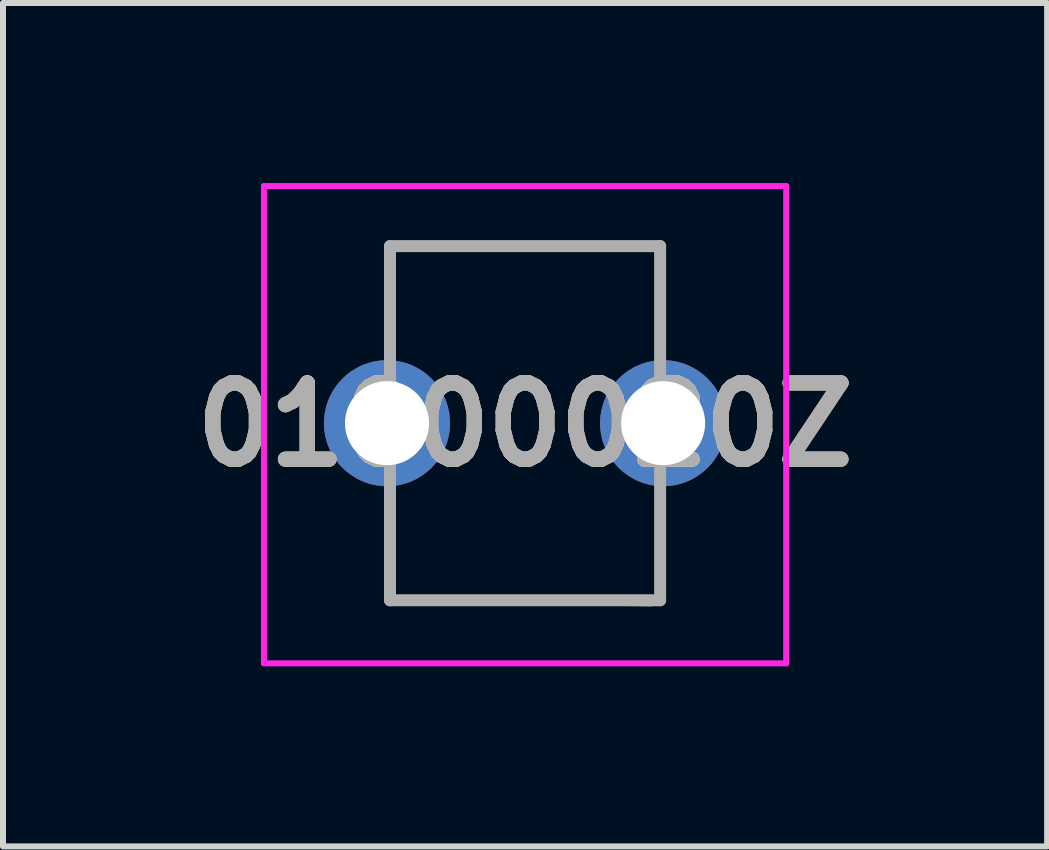
<source format=kicad_pcb>
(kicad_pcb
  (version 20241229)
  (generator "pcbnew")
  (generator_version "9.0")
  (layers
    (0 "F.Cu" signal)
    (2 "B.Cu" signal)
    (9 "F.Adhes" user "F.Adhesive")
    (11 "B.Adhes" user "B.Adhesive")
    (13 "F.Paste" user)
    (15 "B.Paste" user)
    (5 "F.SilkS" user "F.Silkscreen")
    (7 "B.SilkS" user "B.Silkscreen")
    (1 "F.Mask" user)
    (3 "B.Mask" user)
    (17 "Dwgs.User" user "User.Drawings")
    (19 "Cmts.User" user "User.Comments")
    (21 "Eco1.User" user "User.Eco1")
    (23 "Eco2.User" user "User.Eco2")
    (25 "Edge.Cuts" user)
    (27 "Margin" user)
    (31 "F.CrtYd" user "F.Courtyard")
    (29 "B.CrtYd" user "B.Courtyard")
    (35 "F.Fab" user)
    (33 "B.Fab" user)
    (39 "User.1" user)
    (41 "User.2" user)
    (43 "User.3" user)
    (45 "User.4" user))
  (footprint "01000020Z"
    (layer "F.Cu")
    (at 3.397 4)
    (property "Reference" "01000020Z" (at 2.3 0.025 0) (layer "F.SilkS") (effects (font (size 1.27 1.27) (thickness 0.254))))
    (attr through_hole)
    (fp_line (start 0.2 -2.95) (end 4.55 -2.95) (stroke (width 0.1) (type solid)) (layer "F.SilkS"))
    (fp_line (start 0.2 2.95) (end 4.4 3) (stroke (width 0.1) (type solid)) (layer "F.SilkS"))
    (fp_line (start -2.05 -3.95) (end 6.65 -3.95) (stroke (width 0.1) (type solid)) (layer "F.CrtYd"))
    (fp_line (start -2.05 4) (end -2.05 -3.95) (stroke (width 0.1) (type solid)) (layer "F.CrtYd"))
    (fp_line (start 6.65 -3.95) (end 6.65 4) (stroke (width 0.1) (type solid)) (layer "F.CrtYd"))
    (fp_line (start 6.65 4) (end -2.05 4) (stroke (width 0.1) (type solid)) (layer "F.CrtYd"))
    (fp_line (start 0.05 -2.95) (end 4.55 -2.95) (stroke (width 0.2) (type solid)) (layer "F.Fab"))
    (fp_line (start 0.05 2.95) (end 0.05 -2.95) (stroke (width 0.2) (type solid)) (layer "F.Fab"))
    (fp_line (start 4.55 -2.95) (end 4.55 2.95) (stroke (width 0.2) (type solid)) (layer "F.Fab"))
    (fp_line (start 4.55 2.95) (end 0.05 2.95) (stroke (width 0.2) (type solid)) (layer "F.Fab"))
    (fp_text user "${REFERENCE}" (at 2.3 0.025 0) (layer "F.Fab") (effects (font (size 1.27 1.27) (thickness 0.254))))
    (pad "1" thru_hole circle (at 0 0) (size 2.1 2.1) (drill 1.4) (layers "*.Cu" "*.Mask"))
    (pad "2" thru_hole circle (at 4.6 0) (size 2.1 2.1) (drill 1.4) (layers "*.Cu" "*.Mask")))
  (gr_rect
    (start -3 -3)
    (end 14.394 11.05)
    (stroke (width 0.1) (type default))
    (fill no)
    (layer "Edge.Cuts")))
</source>
